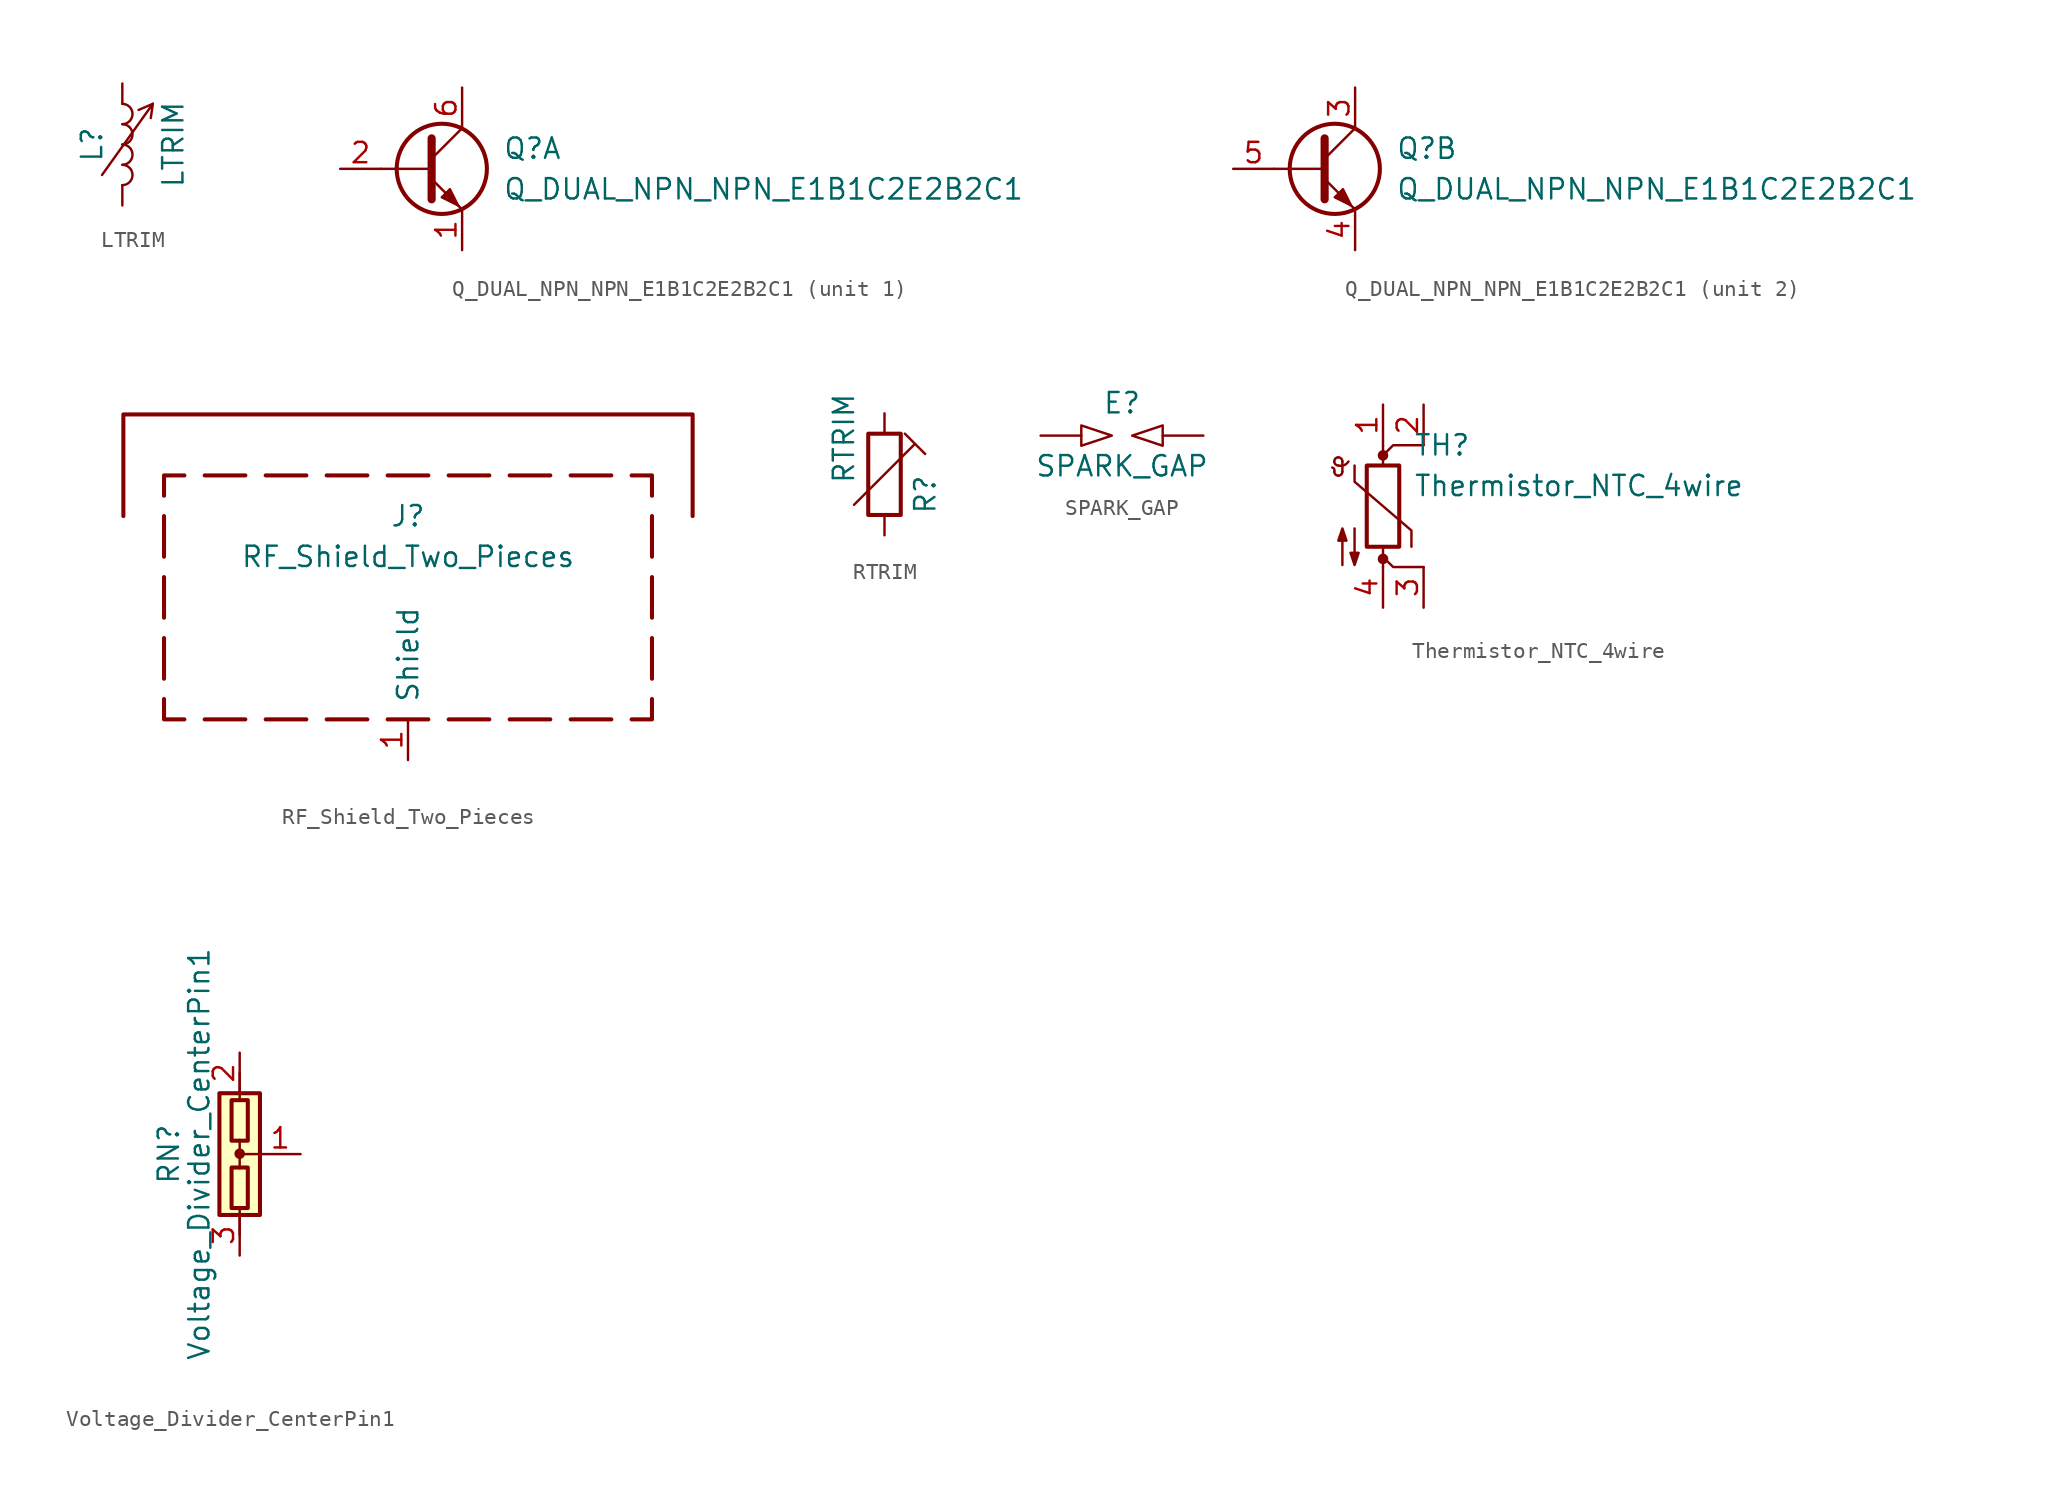
<source format=kicad_sym>
(kicad_symbol_lib
  (version 20211014)
  (generator kicad_symbol_editor)
  (symbol "LTRIM"
    (pin_numbers hide)
    (pin_names
      (offset 1.016) hide)
    (property "Reference" "L"
      (at -1.905 0 90)
      (effects (font (size 1.27 1.27))))
    (property "Value" "LTRIM"
      (at 3.175 0 90)
      (effects (font (size 1.27 1.27))))
    (symbol "LTRIM_0_1"
      (arc (start 0 -2.54) (mid 0.635 -1.905) (end 0 -1.27) (stroke (width 0) (type default) (color 0 0 0 0)) (fill (type none)))
      (arc (start 0 -1.27) (mid 0.635 -0.635) (end 0 0) (stroke (width 0) (type default) (color 0 0 0 0)) (fill (type none)))
      (polyline (pts (xy -1.27 -1.905) (xy 1.905 2.54)) (stroke (width 0) (type default) (color 0 0 0 0)) (fill (type none)))
      (polyline (pts (xy 1.905 2.54) (xy 1.016 2.159)) (stroke (width 0) (type default) (color 0 0 0 0)) (fill (type none)))
      (polyline (pts (xy 1.905 2.54) (xy 1.778 1.651)) (stroke (width 0) (type default) (color 0 0 0 0)) (fill (type none)))
      (arc (start 0 0) (mid 0.635 0.635) (end 0 1.27) (stroke (width 0) (type default) (color 0 0 0 0)) (fill (type none)))
      (arc (start 0 1.27) (mid 0.635 1.905) (end 0 2.54) (stroke (width 0) (type default) (color 0 0 0 0)) (fill (type none))))
    (symbol "LTRIM_1_1"
      (pin passive line (at 0 3.81 270) (length 1.27) (name "1" (effects (font (size 1.27 1.27)))) (number "1" (effects (font (size 1.27 1.27)))))
      (pin passive line (at 0 -3.81 90) (length 1.27) (name "2" (effects (font (size 1.27 1.27)))) (number "2" (effects (font (size 1.27 1.27)))))))
  (symbol "Q_DUAL_NPN_NPN_E1B1C2E2B2C1"
    (pin_names
      (offset 0) hide)
    (property "Reference" "Q"
      (at 5.08 1.27 0)
      (effects (font (size 1.27 1.27)) (justify left)))
    (property "Value" "Q_DUAL_NPN_NPN_E1B1C2E2B2C1"
      (at 5.08 -1.27 0)
      (effects (font (size 1.27 1.27)) (justify left)))
    (property "ki_locked" ""
      (at 0 0 0)
      (effects (font (size 1.27 1.27))))
    (symbol "Q_DUAL_NPN_NPN_E1B1C2E2B2C1_0_1"
      (polyline (pts (xy 0.635 0) (xy -2.54 0)) (stroke (width 0) (type default) (color 0 0 0 0)) (fill (type none)))
      (polyline (pts (xy 0.635 0.635) (xy 2.54 2.54)) (stroke (width 0) (type default) (color 0 0 0 0)) (fill (type none)))
      (polyline (pts (xy 0.635 -0.635) (xy 2.54 -2.54) (xy 2.54 -2.54)) (stroke (width 0) (type default) (color 0 0 0 0)) (fill (type none)))
      (polyline (pts (xy 0.635 1.905) (xy 0.635 -1.905) (xy 0.635 -1.905)) (stroke (width 0.508) (type default) (color 0 0 0 0)) (fill (type none)))
      (polyline (pts (xy 1.27 -1.778) (xy 1.778 -1.27) (xy 2.286 -2.286) (xy 1.27 -1.778) (xy 1.27 -1.778)) (stroke (width 0) (type default) (color 0 0 0 0)) (fill (type outline)))
      (circle (center 1.27 0) (radius 2.819) (stroke (width 0.254) (type default) (color 0 0 0 0)) (fill (type none))))
    (symbol "Q_DUAL_NPN_NPN_E1B1C2E2B2C1_1_1"
      (pin passive line (at 2.54 -5.08 90) (length 2.54) (name "E1" (effects (font (size 1.27 1.27)))) (number "1" (effects (font (size 1.27 1.27)))))
      (pin input line (at -5.08 0 0) (length 2.54) (name "B1" (effects (font (size 1.27 1.27)))) (number "2" (effects (font (size 1.27 1.27)))))
      (pin passive line (at 2.54 5.08 270) (length 2.54) (name "C1" (effects (font (size 1.27 1.27)))) (number "6" (effects (font (size 1.27 1.27))))))
    (symbol "Q_DUAL_NPN_NPN_E1B1C2E2B2C1_2_1"
      (pin passive line (at 2.54 5.08 270) (length 2.54) (name "C2" (effects (font (size 1.27 1.27)))) (number "3" (effects (font (size 1.27 1.27)))))
      (pin passive line (at 2.54 -5.08 90) (length 2.54) (name "E2" (effects (font (size 1.27 1.27)))) (number "4" (effects (font (size 1.27 1.27)))))
      (pin input line (at -5.08 0 0) (length 2.54) (name "B2" (effects (font (size 1.27 1.27)))) (number "5" (effects (font (size 1.27 1.27)))))))
  (symbol "RF_Shield_Two_Pieces"
    (pin_names
      (offset 1.016))
    (property "Reference" "J"
      (at 0 5.08 0)
      (effects (font (size 1.27 1.27))))
    (property "Value" "RF_Shield_Two_Pieces"
      (at 0 2.54 0)
      (effects (font (size 1.27 1.27))))
    (symbol "RF_Shield_Two_Pieces_0_1"
      (polyline (pts (xy -15.24 -5.08) (xy -15.24 -2.54)) (stroke (width 0.254) (type default) (color 0 0 0 0)) (fill (type none)))
      (polyline (pts (xy -15.24 -1.27) (xy -15.24 1.27)) (stroke (width 0.254) (type default) (color 0 0 0 0)) (fill (type none)))
      (polyline (pts (xy -15.24 2.54) (xy -15.24 5.08)) (stroke (width 0.254) (type default) (color 0 0 0 0)) (fill (type none)))
      (polyline (pts (xy -12.7 7.62) (xy -10.16 7.62)) (stroke (width 0.254) (type default) (color 0 0 0 0)) (fill (type none)))
      (polyline (pts (xy -10.16 -7.62) (xy -12.7 -7.62)) (stroke (width 0.254) (type default) (color 0 0 0 0)) (fill (type none)))
      (polyline (pts (xy -6.35 -7.62) (xy -8.89 -7.62)) (stroke (width 0.254) (type default) (color 0 0 0 0)) (fill (type none)))
      (polyline (pts (xy -6.35 7.62) (xy -8.89 7.62)) (stroke (width 0.254) (type default) (color 0 0 0 0)) (fill (type none)))
      (polyline (pts (xy -2.54 -7.62) (xy -5.08 -7.62)) (stroke (width 0.254) (type default) (color 0 0 0 0)) (fill (type none)))
      (polyline (pts (xy -2.54 7.62) (xy -5.08 7.62)) (stroke (width 0.254) (type default) (color 0 0 0 0)) (fill (type none)))
      (polyline (pts (xy -1.27 -7.62) (xy 1.27 -7.62)) (stroke (width 0.254) (type default) (color 0 0 0 0)) (fill (type none)))
      (polyline (pts (xy 1.27 7.62) (xy -1.27 7.62)) (stroke (width 0.254) (type default) (color 0 0 0 0)) (fill (type none)))
      (polyline (pts (xy 2.54 -7.62) (xy 5.08 -7.62)) (stroke (width 0.254) (type default) (color 0 0 0 0)) (fill (type none)))
      (polyline (pts (xy 5.08 7.62) (xy 2.54 7.62)) (stroke (width 0.254) (type default) (color 0 0 0 0)) (fill (type none)))
      (polyline (pts (xy 6.35 -7.62) (xy 8.89 -7.62)) (stroke (width 0.254) (type default) (color 0 0 0 0)) (fill (type none)))
      (polyline (pts (xy 8.89 7.62) (xy 6.35 7.62)) (stroke (width 0.254) (type default) (color 0 0 0 0)) (fill (type none)))
      (polyline (pts (xy 10.16 -7.62) (xy 12.7 -7.62)) (stroke (width 0.254) (type default) (color 0 0 0 0)) (fill (type none)))
      (polyline (pts (xy 12.7 7.62) (xy 10.16 7.62)) (stroke (width 0.254) (type default) (color 0 0 0 0)) (fill (type none)))
      (polyline (pts (xy 15.24 -5.08) (xy 15.24 -2.54)) (stroke (width 0.254) (type default) (color 0 0 0 0)) (fill (type none)))
      (polyline (pts (xy 15.24 -1.27) (xy 15.24 1.27)) (stroke (width 0.254) (type default) (color 0 0 0 0)) (fill (type none)))
      (polyline (pts (xy 15.24 2.54) (xy 15.24 5.08)) (stroke (width 0.254) (type default) (color 0 0 0 0)) (fill (type none)))
      (polyline (pts (xy -15.24 6.35) (xy -15.24 7.62) (xy -13.97 7.62)) (stroke (width 0.254) (type default) (color 0 0 0 0)) (fill (type none)))
      (polyline (pts (xy -13.97 -7.62) (xy -15.24 -7.62) (xy -15.24 -6.35)) (stroke (width 0.254) (type default) (color 0 0 0 0)) (fill (type none)))
      (polyline (pts (xy 13.97 -7.62) (xy 15.24 -7.62) (xy 15.24 -6.35)) (stroke (width 0.254) (type default) (color 0 0 0 0)) (fill (type none)))
      (polyline (pts (xy 15.24 6.35) (xy 15.24 7.62) (xy 13.97 7.62)) (stroke (width 0.254) (type default) (color 0 0 0 0)) (fill (type none)))
      (polyline (pts (xy -17.78 5.08) (xy -17.78 11.43) (xy 17.78 11.43) (xy 17.78 5.08)) (stroke (width 0.254) (type default) (color 0 0 0 0)) (fill (type none))))
    (symbol "RF_Shield_Two_Pieces_1_1"
      (pin passive line (at 0 -10.16 90) (length 2.54) (name "Shield" (effects (font (size 1.27 1.27)))) (number "1" (effects (font (size 1.27 1.27)))))))
  (symbol "RTRIM"
    (pin_numbers hide)
    (pin_names
      (offset 0))
    (property "Reference" "R"
      (at 2.54 -2.54 90)
      (effects (font (size 1.27 1.27)) (justify left)))
    (property "Value" "RTRIM"
      (at -2.54 -0.635 90)
      (effects (font (size 1.27 1.27)) (justify left)))
    (symbol "RTRIM_0_1"
      (rectangle (start -1.016 -2.54) (end 1.016 2.54) (stroke (width 0.254) (type default) (color 0 0 0 0)) (fill (type none)))
      (polyline (pts (xy -1.905 -1.905) (xy 1.905 1.905) (xy 2.54 1.27) (xy 1.27 2.54)) (stroke (width 0) (type default) (color 0 0 0 0)) (fill (type none))))
    (symbol "RTRIM_1_1"
      (pin passive line (at 0 3.81 270) (length 1.27) (name "~" (effects (font (size 1.27 1.27)))) (number "1" (effects (font (size 1.27 1.27)))))
      (pin passive line (at 0 -3.81 90) (length 1.27) (name "~" (effects (font (size 1.27 1.27)))) (number "2" (effects (font (size 1.27 1.27)))))))
  (symbol "SPARK_GAP"
    (pin_numbers hide)
    (pin_names
      (offset 0))
    (property "Reference" "E"
      (at 0 2.032 0)
      (effects (font (size 1.27 1.27))))
    (property "Value" "SPARK_GAP"
      (at 0 -1.905 0)
      (effects (font (size 1.27 1.27))))
    (symbol "SPARK_GAP_0_1"
      (polyline (pts (xy -2.54 0.635) (xy -2.54 -0.635) (xy -0.635 0) (xy -2.54 0.635)) (stroke (width 0) (type default) (color 0 0 0 0)) (fill (type none)))
      (polyline (pts (xy 2.54 0.635) (xy 2.54 -0.635) (xy 0.635 0) (xy 2.54 0.635)) (stroke (width 0) (type default) (color 0 0 0 0)) (fill (type none))))
    (symbol "SPARK_GAP_1_1"
      (pin passive line (at -5.08 0 0) (length 2.54) (name "~" (effects (font (size 1.27 1.27)))) (number "1" (effects (font (size 1.27 1.27)))))
      (pin passive line (at 5.08 0 180) (length 2.54) (name "~" (effects (font (size 1.27 1.27)))) (number "2" (effects (font (size 1.27 1.27)))))))
  (symbol "Thermistor_NTC_4wire"
    (pin_names
      (offset 0))
    (property "Reference" "TH"
      (at 1.905 3.81 0)
      (effects (font (size 1.27 1.27)) (justify left)))
    (property "Value" "Thermistor_NTC_4wire"
      (at 1.905 1.27 0)
      (effects (font (size 1.27 1.27)) (justify left)))
    (symbol "Thermistor_NTC_4wire_0_1"
      (arc (start -3.048 2.159) (mid -3.0495 2.3143) (end -3.175 2.413) (stroke (width 0) (type default) (color 0 0 0 0)) (fill (type none)))
      (arc (start -3.048 2.159) (mid -2.9736 1.9794) (end -2.794 1.905) (stroke (width 0) (type default) (color 0 0 0 0)) (fill (type none)))
      (arc (start -3.048 2.794) (mid -2.9736 2.6144) (end -2.794 2.54) (stroke (width 0) (type default) (color 0 0 0 0)) (fill (type none)))
      (arc (start -2.794 1.905) (mid -2.6144 1.9794) (end -2.54 2.159) (stroke (width 0) (type default) (color 0 0 0 0)) (fill (type none)))
      (arc (start -2.794 2.54) (mid -2.4393 2.5587) (end -2.159 2.794) (stroke (width 0) (type default) (color 0 0 0 0)) (fill (type none)))
      (arc (start -2.794 3.048) (mid -2.9736 2.9736) (end -3.048 2.794) (stroke (width 0) (type default) (color 0 0 0 0)) (fill (type none)))
      (arc (start -2.54 2.794) (mid -2.6144 2.9736) (end -2.794 3.048) (stroke (width 0) (type default) (color 0 0 0 0)) (fill (type none)))
      (rectangle (start -1.016 2.54) (end 1.016 -2.54) (stroke (width 0.254) (type default) (color 0 0 0 0)) (fill (type none)))
      (circle (center 0 -3.302) (radius 0.254) (stroke (width 0) (type default) (color 0 0 0 0)) (fill (type outline)))
      (polyline (pts (xy -2.54 2.159) (xy -2.54 2.794)) (stroke (width 0) (type default) (color 0 0 0 0)) (fill (type none)))
      (polyline (pts (xy 0 -3.81) (xy 0 -2.54)) (stroke (width 0) (type default) (color 0 0 0 0)) (fill (type none)))
      (polyline (pts (xy 0 3.175) (xy 0 3.175)) (stroke (width 0) (type default) (color 0 0 0 0)) (fill (type none)))
      (polyline (pts (xy 0 3.81) (xy 0 2.54)) (stroke (width 0) (type default) (color 0 0 0 0)) (fill (type none)))
      (polyline (pts (xy 2.54 -3.81) (xy 0.635 -3.81) (xy 0 -3.175)) (stroke (width 0) (type default) (color 0 0 0 0)) (fill (type none)))
      (polyline (pts (xy 2.54 3.81) (xy 0.635 3.81) (xy 0 3.175)) (stroke (width 0) (type default) (color 0 0 0 0)) (fill (type none)))
      (polyline (pts (xy -1.778 2.54) (xy -1.778 1.524) (xy 1.778 -1.524) (xy 1.778 -2.54)) (stroke (width 0) (type default) (color 0 0 0 0)) (fill (type none)))
      (polyline (pts (xy -2.54 -3.683) (xy -2.54 -1.397) (xy -2.794 -2.159) (xy -2.286 -2.159) (xy -2.54 -1.397) (xy -2.54 -1.651)) (stroke (width 0) (type default) (color 0 0 0 0)) (fill (type outline)))
      (polyline (pts (xy -1.778 -1.397) (xy -1.778 -3.683) (xy -2.032 -2.921) (xy -1.524 -2.921) (xy -1.778 -3.683) (xy -1.778 -3.429)) (stroke (width 0) (type default) (color 0 0 0 0)) (fill (type outline)))
      (circle (center 0 3.175) (radius 0.254) (stroke (width 0) (type default) (color 0 0 0 0)) (fill (type outline))))
    (symbol "Thermistor_NTC_4wire_1_1"
      (pin passive line (at 0 6.35 270) (length 2.54) (name "~" (effects (font (size 1.27 1.27)))) (number "1" (effects (font (size 1.27 1.27)))))
      (pin passive line (at 2.54 6.35 270) (length 2.54) (name "~" (effects (font (size 1.27 1.27)))) (number "2" (effects (font (size 1.27 1.27)))))
      (pin passive line (at 2.54 -6.35 90) (length 2.54) (name "~" (effects (font (size 1.27 1.27)))) (number "3" (effects (font (size 1.27 1.27)))))
      (pin passive line (at 0 -6.35 90) (length 2.54) (name "~" (effects (font (size 1.27 1.27)))) (number "4" (effects (font (size 1.27 1.27)))))))
  (symbol "Voltage_Divider_CenterPin1"
    (pin_names
      (offset 0) hide)
    (property "Reference" "RN"
      (at -4.445 0 90)
      (effects (font (size 1.27 1.27))))
    (property "Value" "Voltage_Divider_CenterPin1"
      (at -2.54 0 90)
      (effects (font (size 1.27 1.27))))
    (symbol "Voltage_Divider_CenterPin1_0_1"
      (rectangle (start -1.27 -3.81) (end 1.27 3.81) (stroke (width 0.254) (type default) (color 0 0 0 0)) (fill (type background)))
      (rectangle (start -0.508 -3.378) (end 0.508 -0.838) (stroke (width 0.254) (type default) (color 0 0 0 0)) (fill (type none)))
      (rectangle (start -0.508 3.378) (end 0.508 0.838) (stroke (width 0.254) (type default) (color 0 0 0 0)) (fill (type none)))
      (polyline (pts (xy 0 -5.08) (xy 0 -3.429)) (stroke (width 0) (type default) (color 0 0 0 0)) (fill (type none)))
      (polyline (pts (xy 0 0.889) (xy 0 -0.889)) (stroke (width 0) (type default) (color 0 0 0 0)) (fill (type none)))
      (polyline (pts (xy 0 5.08) (xy 0 3.378)) (stroke (width 0) (type default) (color 0 0 0 0)) (fill (type none)))
      (polyline (pts (xy 1.27 0) (xy 0 0)) (stroke (width 0) (type default) (color 0 0 0 0)) (fill (type none)))
      (circle (center 0 0.025) (radius 0.254) (stroke (width 0) (type default) (color 0 0 0 0)) (fill (type outline))))
    (symbol "Voltage_Divider_CenterPin1_1_1"
      (pin passive line (at 3.81 0 180) (length 2.54) (name "~" (effects (font (size 1.27 1.27)))) (number "1" (effects (font (size 1.27 1.27)))))
      (pin passive line (at 0 6.35 270) (length 2.54) (name "~" (effects (font (size 1.27 1.27)))) (number "2" (effects (font (size 1.27 1.27)))))
      (pin passive line (at 0 -6.35 90) (length 2.54) (name "~" (effects (font (size 1.27 1.27)))) (number "3" (effects (font (size 1.27 1.27))))))))
</source>
